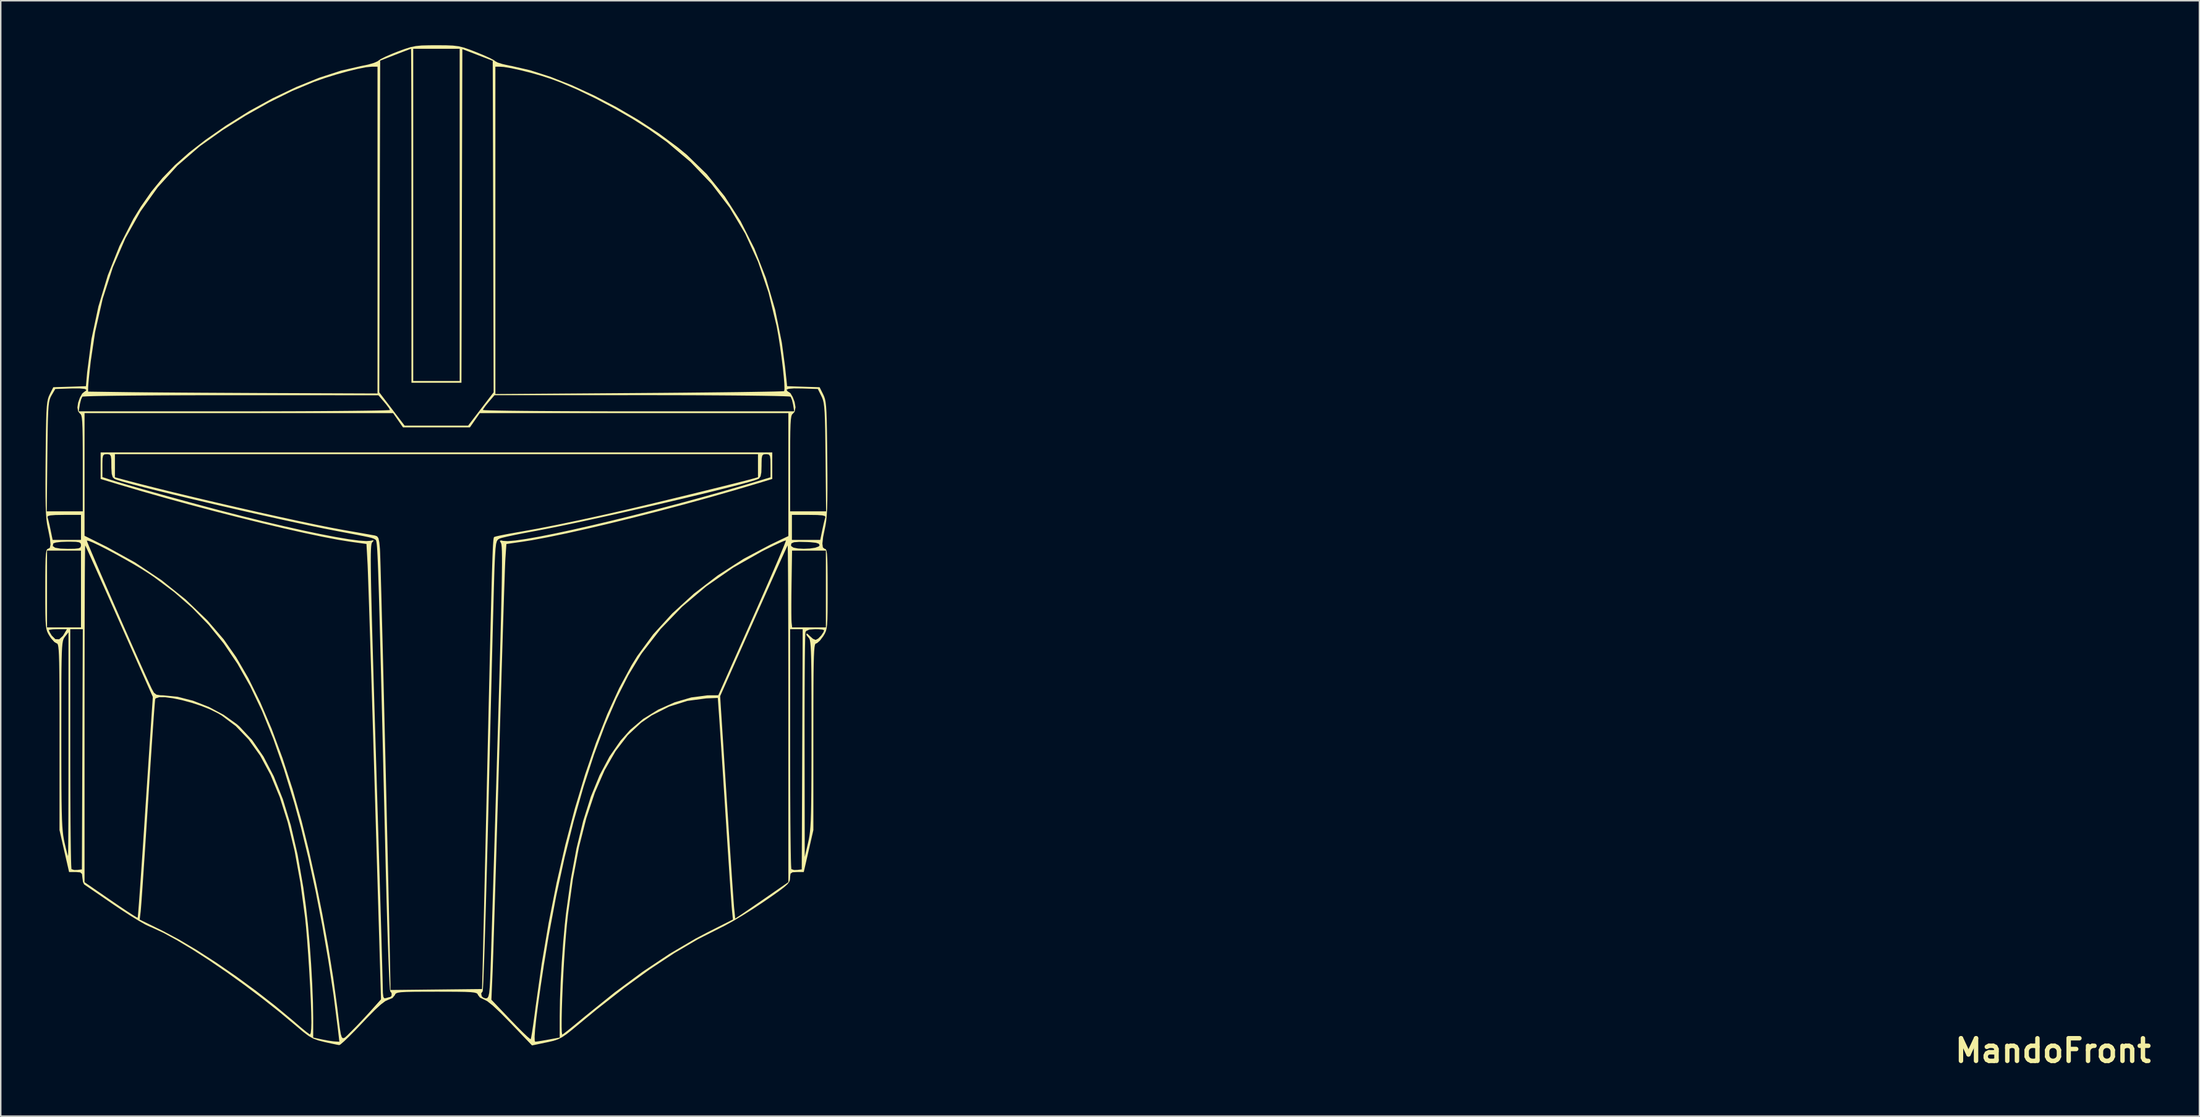
<source format=kicad_pcb>
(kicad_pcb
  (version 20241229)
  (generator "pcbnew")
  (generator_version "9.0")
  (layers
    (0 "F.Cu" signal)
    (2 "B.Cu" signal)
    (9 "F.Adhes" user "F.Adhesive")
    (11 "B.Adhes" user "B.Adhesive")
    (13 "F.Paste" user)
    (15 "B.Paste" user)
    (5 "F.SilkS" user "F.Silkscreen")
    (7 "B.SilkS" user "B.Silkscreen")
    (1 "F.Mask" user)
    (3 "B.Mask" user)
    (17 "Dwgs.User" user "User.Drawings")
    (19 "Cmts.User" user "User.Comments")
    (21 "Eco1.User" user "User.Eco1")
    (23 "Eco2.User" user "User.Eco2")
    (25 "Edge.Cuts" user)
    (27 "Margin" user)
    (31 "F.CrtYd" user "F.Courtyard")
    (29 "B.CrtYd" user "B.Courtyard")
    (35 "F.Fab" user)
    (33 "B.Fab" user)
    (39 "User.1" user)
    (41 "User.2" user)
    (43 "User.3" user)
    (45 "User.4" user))
  (footprint "MandoFront"
    (layer "F.Cu")
    (at 135.306 67.773)
    (property "Reference" "MandoFront" (at 0 0 0) (layer "F.SilkS") (effects (font (size 1.524 1.524) (thickness 0.3))))
    (attr board_only exclude_from_pos_files exclude_from_bom)
    (fp_poly (pts (xy -108.301 -67.77) (xy -107.832 -67.751) (xy -107.457 -67.705) (xy -107.104 -67.618) (xy -106.7 -67.479) (xy -106.25 -67.304) (xy -105.751 -67.098) (xy -105.337 -66.909) (xy -105.059 -66.761) (xy -104.972 -66.692) (xy -104.819 -66.607) (xy -104.489 -66.505) (xy -104.044 -66.405) (xy -103.873 -66.374) (xy -102.631 -66.089) (xy -101.264 -65.649) (xy -99.811 -65.074) (xy -98.315 -64.385) (xy -96.813 -63.602) (xy -95.348 -62.746) (xy -93.958 -61.836) (xy -92.684 -60.894) (xy -92.07 -60.389) (xy -90.727 -59.083) (xy -89.516 -57.584) (xy -88.443 -55.909) (xy -87.515 -54.07) (xy -86.739 -52.081) (xy -86.12 -49.957) (xy -85.665 -47.711) (xy -85.455 -46.14) (xy -85.31 -44.79) (xy -84.216 -44.755) (xy -83.122 -44.721) (xy -82.881 -44.239) (xy -82.814 -44.09) (xy -82.76 -43.923) (xy -82.717 -43.71) (xy -82.685 -43.422) (xy -82.66 -43.033) (xy -82.641 -42.513) (xy -82.627 -41.836) (xy -82.615 -40.974) (xy -82.604 -39.921) (xy -82.595 -38.79) (xy -82.594 -37.869) (xy -82.6 -37.131) (xy -82.615 -36.545) (xy -82.64 -36.083) (xy -82.676 -35.714) (xy -82.724 -35.41) (xy -82.754 -35.263) (xy -82.885 -34.62) (xy -82.934 -34.181) (xy -82.902 -33.925) (xy -82.789 -33.829) (xy -82.761 -33.827) (xy -82.702 -33.798) (xy -82.657 -33.695) (xy -82.624 -33.489) (xy -82.602 -33.153) (xy -82.589 -32.658) (xy -82.582 -31.978) (xy -82.58 -31.116) (xy -82.581 -30.24) (xy -82.585 -29.571) (xy -82.596 -29.073) (xy -82.617 -28.712) (xy -82.651 -28.454) (xy -82.702 -28.264) (xy -82.773 -28.108) (xy -82.867 -27.95) (xy -82.883 -27.926) (xy -83.098 -27.641) (xy -83.295 -27.469) (xy -83.364 -27.446) (xy -83.404 -27.423) (xy -83.438 -27.339) (xy -83.466 -27.178) (xy -83.488 -26.92) (xy -83.506 -26.546) (xy -83.52 -26.039) (xy -83.53 -25.38) (xy -83.536 -24.551) (xy -83.54 -23.533) (xy -83.542 -22.307) (xy -83.543 -21.157) (xy -83.542 -14.867) (xy -83.866 -13.452) (xy -84.19 -12.038) (xy -84.649 -12.038) (xy -84.948 -12.022) (xy -85.078 -11.936) (xy -85.11 -11.717) (xy -85.111 -11.647) (xy -85.124 -11.499) (xy -85.177 -11.361) (xy -85.297 -11.209) (xy -85.513 -11.017) (xy -85.85 -10.761) (xy -86.336 -10.416) (xy -86.903 -10.024) (xy -87.579 -9.574) (xy -88.287 -9.129) (xy -88.964 -8.726) (xy -89.547 -8.405) (xy -89.83 -8.264) (xy -91.325 -7.507) (xy -92.892 -6.587) (xy -94.544 -5.497) (xy -96.293 -4.227) (xy -98.153 -2.768) (xy -99.253 -1.861) (xy -99.779 -1.424) (xy -100.172 -1.114) (xy -100.48 -0.903) (xy -100.754 -0.763) (xy -101.042 -0.665) (xy -101.395 -0.582) (xy -101.54 -0.552) (xy -102.503 -0.351) (xy -103.947 -1.859) (xy -104.614 -2.537) (xy -105.135 -3.027) (xy -105.514 -3.33) (xy -105.739 -3.446) (xy -106.01 -3.574) (xy -106.144 -3.749) (xy -106.176 -3.821) (xy -106.222 -3.855) (xy -105.929 -3.855) (xy -105.889 -3.665) (xy -105.783 -3.571) (xy -105.633 -3.523) (xy -105.523 -3.538) (xy -105.445 -3.649) (xy -105.39 -3.884) (xy -105.352 -4.274) (xy -105.322 -4.851) (xy -105.299 -5.447) (xy -105.286 -5.833) (xy -105.266 -6.442) (xy -105.241 -7.254) (xy -105.21 -8.251) (xy -105.174 -9.414) (xy -105.133 -10.726) (xy -105.089 -12.168) (xy -105.042 -13.721) (xy -104.992 -15.366) (xy -104.941 -17.086) (xy -104.887 -18.861) (xy -104.833 -20.674) (xy -104.833 -20.68) (xy -104.769 -22.828) (xy -104.714 -24.746) (xy -104.666 -26.448) (xy -104.625 -27.944) (xy -104.592 -29.247) (xy -104.566 -30.368) (xy -104.546 -31.318) (xy -104.534 -32.11) (xy -104.527 -32.755) (xy -104.527 -33.266) (xy -104.533 -33.653) (xy -104.545 -33.928) (xy -104.562 -34.104) (xy -104.584 -34.191) (xy -104.586 -34.195) (xy -104.672 -34.365) (xy -104.585 -34.393) (xy -104.447 -34.362) (xy -104.134 -34.345) (xy -103.61 -34.39) (xy -102.894 -34.494) (xy -102.008 -34.651) (xy -100.972 -34.856) (xy -99.804 -35.106) (xy -98.526 -35.395) (xy -97.158 -35.719) (xy -95.719 -36.073) (xy -94.23 -36.452) (xy -92.711 -36.852) (xy -91.181 -37.267) (xy -89.661 -37.693) (xy -88.172 -38.126) (xy -87.425 -38.349) (xy -86.432 -38.649) (xy -86.432 -39.428) (xy -86.438 -39.847) (xy -86.468 -40.081) (xy -86.544 -40.182) (xy -86.686 -40.206) (xy -86.733 -40.207) (xy -86.895 -40.193) (xy -86.985 -40.115) (xy -87.025 -39.919) (xy -87.034 -39.549) (xy -87.034 -39.428) (xy -87.048 -38.977) (xy -87.1 -38.709) (xy -87.202 -38.566) (xy -87.245 -38.539) (xy -87.477 -38.452) (xy -87.919 -38.32) (xy -88.547 -38.149) (xy -89.336 -37.946) (xy -90.26 -37.715) (xy -91.295 -37.462) (xy -92.416 -37.194) (xy -93.598 -36.916) (xy -94.815 -36.633) (xy -96.044 -36.353) (xy -97.258 -36.08) (xy -98.434 -35.821) (xy -99.545 -35.581) (xy -100.568 -35.366) (xy -101.478 -35.182) (xy -102.248 -35.034) (xy -102.322 -35.021) (xy -103.023 -34.89) (xy -103.655 -34.764) (xy -104.174 -34.653) (xy -104.537 -34.566) (xy -104.688 -34.519) (xy -104.795 -34.454) (xy -104.871 -34.345) (xy -104.924 -34.151) (xy -104.963 -33.831) (xy -104.994 -33.344) (xy -105.02 -32.819) (xy -105.033 -32.488) (xy -105.05 -31.933) (xy -105.072 -31.173) (xy -105.098 -30.226) (xy -105.128 -29.107) (xy -105.161 -27.836) (xy -105.197 -26.43) (xy -105.235 -24.907) (xy -105.275 -23.283) (xy -105.317 -21.577) (xy -105.359 -19.807) (xy -105.402 -17.989) (xy -105.41 -17.636) (xy -105.453 -15.847) (xy -105.496 -14.126) (xy -105.538 -12.489) (xy -105.58 -10.95) (xy -105.62 -9.525) (xy -105.659 -8.228) (xy -105.695 -7.076) (xy -105.728 -6.083) (xy -105.759 -5.265) (xy -105.785 -4.636) (xy -105.808 -4.212) (xy -105.826 -4.009) (xy -105.831 -3.993) (xy -105.929 -3.855) (xy -106.222 -3.855) (xy -106.25 -3.875) (xy -106.395 -3.915) (xy -106.641 -3.942) (xy -107.017 -3.959) (xy -107.554 -3.968) (xy -108.279 -3.972) (xy -108.943 -3.973) (xy -109.825 -3.971) (xy -110.496 -3.967) (xy -110.985 -3.956) (xy -111.322 -3.937) (xy -111.538 -3.907) (xy -111.661 -3.863) (xy -111.721 -3.804) (xy -111.743 -3.745) (xy -111.904 -3.547) (xy -112.174 -3.435) (xy -112.387 -3.339) (xy -112.683 -3.116) (xy -113.082 -2.75) (xy -113.602 -2.223) (xy -113.949 -1.857) (xy -114.419 -1.365) (xy -114.838 -0.943) (xy -115.177 -0.619) (xy -115.406 -0.421) (xy -115.489 -0.373) (xy -115.666 -0.404) (xy -116.008 -0.475) (xy -116.444 -0.571) (xy -116.498 -0.583) (xy -116.912 -0.689) (xy -117.242 -0.811) (xy -117.553 -0.987) (xy -117.911 -1.255) (xy -118.364 -1.636) (xy -119.487 -2.575) (xy -120.666 -3.508) (xy -121.872 -4.418) (xy -123.078 -5.284) (xy -124.255 -6.088) (xy -125.375 -6.81) (xy -126.409 -7.431) (xy -127.329 -7.933) (xy -128.108 -8.295) (xy -128.273 -8.361) (xy -128.565 -8.501) (xy -129.008 -8.754) (xy -129.138 -8.834) (xy -128.942 -8.834) (xy -127.418 -8.088) (xy -126.316 -7.503) (xy -125.089 -6.774) (xy -123.782 -5.932) (xy -122.436 -5.005) (xy -121.095 -4.023) (xy -119.803 -3.016) (xy -118.6 -2.014) (xy -118.453 -1.886) (xy -118.063 -1.551) (xy -117.738 -1.285) (xy -117.522 -1.123) (xy -117.46 -1.089) (xy -117.415 -1.196) (xy -117.383 -1.482) (xy -117.371 -1.886) (xy -117.371 -1.896) (xy -117.382 -2.562) (xy -117.413 -3.408) (xy -117.459 -4.377) (xy -117.517 -5.409) (xy -117.584 -6.445) (xy -117.655 -7.427) (xy -117.728 -8.296) (xy -117.796 -8.968) (xy -118.114 -11.331) (xy -118.503 -13.469) (xy -118.966 -15.387) (xy -119.505 -17.091) (xy -120.122 -18.586) (xy -120.819 -19.878) (xy -121.6 -20.972) (xy -122.465 -21.874) (xy -123.418 -22.59) (xy -123.652 -22.73) (xy -124.178 -22.992) (xy -124.787 -23.235) (xy -125.436 -23.449) (xy -126.085 -23.624) (xy -126.692 -23.751) (xy -127.217 -23.821) (xy -127.619 -23.825) (xy -127.855 -23.752) (xy -127.895 -23.697) (xy -127.912 -23.549) (xy -127.943 -23.184) (xy -127.985 -22.622) (xy -128.038 -21.887) (xy -128.099 -20.999) (xy -128.168 -19.981) (xy -128.242 -18.855) (xy -128.32 -17.644) (xy -128.378 -16.733) (xy -128.459 -15.459) (xy -128.538 -14.243) (xy -128.612 -13.109) (xy -128.681 -12.081) (xy -128.741 -11.183) (xy -128.793 -10.438) (xy -128.835 -9.871) (xy -128.864 -9.504) (xy -128.875 -9.383) (xy -128.942 -8.834) (xy -129.138 -8.834) (xy -129.559 -9.092) (xy -130.172 -9.488) (xy -130.725 -9.86) (xy -131.316 -10.266) (xy -131.842 -10.626) (xy -132.267 -10.918) (xy -132.561 -11.119) (xy -132.688 -11.207) (xy -132.759 -11.355) (xy -132.658 -11.355) (xy -130.888 -10.136) (xy -130.318 -9.747) (xy -129.82 -9.413) (xy -129.426 -9.157) (xy -129.168 -8.998) (xy -129.079 -8.956) (xy -129.063 -9.08) (xy -129.033 -9.421) (xy -128.992 -9.953) (xy -128.941 -10.653) (xy -128.881 -11.497) (xy -128.814 -12.459) (xy -128.742 -13.517) (xy -128.684 -14.399) (xy -128.605 -15.607) (xy -128.525 -16.818) (xy -128.447 -17.993) (xy -128.374 -19.096) (xy -128.309 -20.088) (xy -128.253 -20.932) (xy -128.209 -21.591) (xy -128.194 -21.823) (xy -128.058 -23.843) (xy -130.313 -28.925) (xy -130.773 -29.961) (xy -131.203 -30.929) (xy -131.594 -31.805) (xy -131.936 -32.569) (xy -132.219 -33.198) (xy -132.432 -33.671) (xy -132.567 -33.964) (xy -132.612 -34.057) (xy -132.619 -33.947) (xy -132.625 -33.612) (xy -132.631 -33.07) (xy -132.637 -32.336) (xy -132.642 -31.428) (xy -132.646 -30.361) (xy -132.65 -29.152) (xy -132.653 -27.818) (xy -132.655 -26.375) (xy -132.657 -24.839) (xy -132.658 -23.228) (xy -132.658 -22.731) (xy -132.658 -11.355) (xy -132.759 -11.355) (xy -132.765 -11.367) (xy -132.804 -11.652) (xy -132.804 -11.658) (xy -132.832 -11.909) (xy -132.946 -12.015) (xy -133.218 -12.038) (xy -133.258 -12.038) (xy -133.701 -12.038) (xy -134.024 -13.452) (xy -134.346 -14.867) (xy -134.345 -21.157) (xy -134.345 -21.288) (xy -134.223 -21.288) (xy -134.222 -19.865) (xy -134.219 -18.66) (xy -134.214 -17.651) (xy -134.206 -16.817) (xy -134.194 -16.136) (xy -134.177 -15.585) (xy -134.155 -15.142) (xy -134.127 -14.786) (xy -134.093 -14.493) (xy -134.052 -14.242) (xy -134.013 -14.054) (xy -133.912 -13.619) (xy -133.829 -13.293) (xy -133.779 -13.13) (xy -133.772 -13.121) (xy -133.767 -13.238) (xy -133.762 -13.576) (xy -133.757 -14.113) (xy -133.753 -14.83) (xy -133.749 -15.707) (xy -133.746 -16.722) (xy -133.743 -17.856) (xy -133.742 -19.088) (xy -133.741 -20.364) (xy -133.621 -20.364) (xy -133.62 -18.994) (xy -133.616 -17.695) (xy -133.61 -16.486) (xy -133.603 -15.389) (xy -133.593 -14.423) (xy -133.582 -13.608) (xy -133.57 -12.964) (xy -133.557 -12.511) (xy -133.542 -12.269) (xy -133.535 -12.233) (xy -133.362 -12.18) (xy -133.144 -12.183) (xy -132.838 -12.218) (xy -132.807 -20.314) (xy -132.777 -28.409) (xy -133.621 -28.409) (xy -133.621 -20.364) (xy -133.741 -20.364) (xy -133.741 -20.398) (xy -133.741 -20.661) (xy -133.741 -28.201) (xy -133.982 -27.895) (xy -134.035 -27.821) (xy -134.08 -27.73) (xy -134.117 -27.604) (xy -134.147 -27.421) (xy -134.171 -27.162) (xy -134.189 -26.807) (xy -134.202 -26.334) (xy -134.212 -25.725) (xy -134.218 -24.959) (xy -134.221 -24.016) (xy -134.222 -22.876) (xy -134.223 -21.518) (xy -134.223 -21.288) (xy -134.345 -21.288) (xy -134.345 -22.563) (xy -134.347 -23.747) (xy -134.351 -24.727) (xy -134.359 -25.522) (xy -134.369 -26.149) (xy -134.383 -26.629) (xy -134.402 -26.978) (xy -134.426 -27.216) (xy -134.455 -27.361) (xy -134.489 -27.431) (xy -134.522 -27.446) (xy -134.688 -27.541) (xy -134.903 -27.78) (xy -135.004 -27.926) (xy -135.101 -28.086) (xy -135.175 -28.241) (xy -135.206 -28.345) (xy -135.065 -28.345) (xy -135.006 -28.208) (xy -134.871 -27.984) (xy -134.623 -27.736) (xy -134.369 -27.728) (xy -134.12 -27.957) (xy -134.061 -28.048) (xy -133.848 -28.409) (xy -134.457 -28.409) (xy -134.802 -28.398) (xy -135.023 -28.369) (xy -135.065 -28.345) (xy -135.206 -28.345) (xy -135.229 -28.424) (xy -135.245 -28.53) (xy -135.186 -28.53) (xy -132.899 -28.53) (xy -132.899 -33.706) (xy -135.186 -33.706) (xy -135.186 -28.53) (xy -135.245 -28.53) (xy -135.265 -28.67) (xy -135.288 -29.014) (xy -135.3 -29.49) (xy -135.305 -30.132) (xy -135.306 -30.976) (xy -135.306 -31.116) (xy -135.304 -32.003) (xy -135.297 -32.677) (xy -135.284 -33.166) (xy -135.261 -33.498) (xy -135.228 -33.7) (xy -135.183 -33.8) (xy -135.126 -33.827) (xy -134.998 -33.894) (xy -134.973 -34.016) (xy -134.799 -34.016) (xy -134.643 -33.903) (xy -134.279 -33.842) (xy -133.794 -33.827) (xy -133.335 -33.832) (xy -133.066 -33.859) (xy -132.938 -33.919) (xy -132.9 -34.027) (xy -132.899 -34.067) (xy -132.92 -34.191) (xy -133.018 -34.263) (xy -133.242 -34.298) (xy -133.643 -34.308) (xy -133.794 -34.308) (xy -134.237 -34.293) (xy -134.58 -34.253) (xy -134.757 -34.197) (xy -134.764 -34.188) (xy -134.799 -34.016) (xy -134.973 -34.016) (xy -134.952 -34.113) (xy -134.977 -34.383) (xy -132.503 -34.383) (xy -132.465 -34.268) (xy -132.34 -33.961) (xy -132.14 -33.486) (xy -131.878 -32.872) (xy -131.564 -32.143) (xy -131.21 -31.327) (xy -130.828 -30.451) (xy -130.429 -29.54) (xy -130.026 -28.621) (xy -129.628 -27.722) (xy -129.25 -26.868) (xy -128.9 -26.086) (xy -128.593 -25.402) (xy -128.339 -24.844) (xy -128.149 -24.437) (xy -128.135 -24.407) (xy -127.981 -24.127) (xy -127.813 -23.996) (xy -127.538 -23.956) (xy -127.369 -23.953) (xy -126.391 -23.855) (xy -125.341 -23.586) (xy -124.284 -23.172) (xy -123.284 -22.639) (xy -122.407 -22.015) (xy -122.221 -21.854) (xy -121.368 -20.941) (xy -120.596 -19.821) (xy -119.904 -18.49) (xy -119.291 -16.945) (xy -118.756 -15.183) (xy -118.298 -13.201) (xy -117.914 -10.994) (xy -117.736 -9.691) (xy -117.607 -8.525) (xy -117.49 -7.222) (xy -117.391 -5.858) (xy -117.315 -4.506) (xy -117.266 -3.244) (xy -117.249 -2.174) (xy -117.249 -0.883) (xy -116.677 -0.759) (xy -116.265 -0.68) (xy -115.901 -0.628) (xy -115.796 -0.618) (xy -115.487 -0.602) (xy -115.587 -1.475) (xy -115.875 -3.736) (xy -116.227 -6.067) (xy -116.633 -8.416) (xy -117.082 -10.729) (xy -117.565 -12.954) (xy -118.071 -15.036) (xy -118.517 -16.673) (xy -119.217 -18.955) (xy -119.937 -21.017) (xy -120.691 -22.877) (xy -121.491 -24.556) (xy -122.349 -26.071) (xy -123.277 -27.444) (xy -124.289 -28.694) (xy -125.396 -29.84) (xy -126.61 -30.902) (xy -127.945 -31.899) (xy -128.324 -32.157) (xy -128.791 -32.455) (xy -129.343 -32.786) (xy -129.944 -33.131) (xy -130.557 -33.47) (xy -131.145 -33.783) (xy -131.671 -34.05) (xy -132.098 -34.251) (xy -132.388 -34.367) (xy -132.503 -34.383) (xy -134.977 -34.383) (xy -134.988 -34.507) (xy -135.105 -35.1) (xy -135.132 -35.218) (xy -135.186 -35.493) (xy -135.228 -35.817) (xy -135.238 -35.96) (xy -135.153 -35.96) (xy -135.097 -35.764) (xy -135.015 -35.418) (xy -134.951 -35.118) (xy -134.808 -34.428) (xy -132.899 -34.428) (xy -132.899 -34.706) (xy -132.658 -34.706) (xy -131.155 -33.958) (xy -129.26 -32.911) (xy -127.479 -31.721) (xy -125.844 -30.412) (xy -124.386 -29.01) (xy -123.281 -27.726) (xy -122.443 -26.529) (xy -121.619 -25.111) (xy -120.818 -23.49) (xy -120.047 -21.686) (xy -119.316 -19.717) (xy -118.631 -17.603) (xy -118.029 -15.469) (xy -117.55 -13.532) (xy -117.083 -11.432) (xy -116.642 -9.244) (xy -116.244 -7.047) (xy -115.901 -4.917) (xy -115.63 -2.93) (xy -115.625 -2.889) (xy -115.529 -2.095) (xy -115.456 -1.515) (xy -115.392 -1.126) (xy -115.324 -0.906) (xy -115.237 -0.831) (xy -115.12 -0.878) (xy -114.958 -1.022) (xy -114.739 -1.242) (xy -114.705 -1.275) (xy -114.323 -1.661) (xy -113.873 -2.135) (xy -113.443 -2.602) (xy -113.39 -2.661) (xy -112.68 -3.457) (xy -113.097 -17.468) (xy -113.152 -19.313) (xy -113.207 -21.111) (xy -113.26 -22.843) (xy -113.31 -24.494) (xy -113.359 -26.045) (xy -113.404 -27.482) (xy -113.446 -28.785) (xy -113.484 -29.94) (xy -113.517 -30.928) (xy -113.545 -31.733) (xy -113.567 -32.337) (xy -113.582 -32.725) (xy -113.587 -32.817) (xy -113.66 -34.154) (xy -114.702 -34.298) (xy -115.561 -34.436) (xy -116.619 -34.638) (xy -117.849 -34.897) (xy -119.22 -35.206) (xy -120.704 -35.558) (xy -122.269 -35.945) (xy -123.888 -36.359) (xy -125.531 -36.795) (xy -127.168 -37.243) (xy -128.769 -37.698) (xy -130.306 -38.151) (xy -130.581 -38.234) (xy -131.574 -38.536) (xy -131.574 -38.661) (xy -131.454 -38.661) (xy -130.882 -38.476) (xy -130.393 -38.325) (xy -129.712 -38.124) (xy -128.878 -37.884) (xy -127.932 -37.616) (xy -126.914 -37.332) (xy -125.864 -37.044) (xy -124.824 -36.761) (xy -123.832 -36.496) (xy -123.569 -36.427) (xy -122.057 -36.038) (xy -120.602 -35.679) (xy -119.223 -35.354) (xy -117.942 -35.067) (xy -116.776 -34.823) (xy -115.746 -34.625) (xy -114.872 -34.477) (xy -114.174 -34.384) (xy -113.67 -34.349) (xy -113.406 -34.368) (xy -113.199 -34.407) (xy -113.193 -34.352) (xy -113.277 -34.26) (xy -113.304 -34.213) (xy -113.326 -34.122) (xy -113.344 -33.975) (xy -113.357 -33.76) (xy -113.366 -33.463) (xy -113.369 -33.072) (xy -113.366 -32.575) (xy -113.358 -31.959) (xy -113.344 -31.212) (xy -113.324 -30.321) (xy -113.298 -29.274) (xy -113.265 -28.057) (xy -113.225 -26.659) (xy -113.179 -25.067) (xy -113.125 -23.269) (xy -113.063 -21.251) (xy -113.014 -19.656) (xy -112.957 -17.795) (xy -112.902 -15.989) (xy -112.85 -14.254) (xy -112.8 -12.606) (xy -112.754 -11.061) (xy -112.711 -9.636) (xy -112.673 -8.345) (xy -112.64 -7.205) (xy -112.612 -6.231) (xy -112.59 -5.441) (xy -112.574 -4.849) (xy -112.565 -4.471) (xy -112.563 -4.351) (xy -112.552 -3.895) (xy -112.521 -3.636) (xy -112.462 -3.532) (xy -112.364 -3.538) (xy -112.135 -3.603) (xy -112.063 -3.611) (xy -111.968 -3.7) (xy -111.966 -3.873) (xy -112.058 -3.993) (xy -112.078 -4.117) (xy -112.103 -4.462) (xy -112.131 -5.009) (xy -112.163 -5.739) (xy -112.196 -6.632) (xy -112.232 -7.668) (xy -112.268 -8.83) (xy -112.304 -10.096) (xy -112.34 -11.448) (xy -112.366 -12.459) (xy -112.43 -15.152) (xy -112.49 -17.614) (xy -112.544 -19.856) (xy -112.593 -21.888) (xy -112.638 -23.721) (xy -112.679 -25.365) (xy -112.716 -26.831) (xy -112.75 -28.128) (xy -112.78 -29.268) (xy -112.808 -30.26) (xy -112.833 -31.115) (xy -112.856 -31.843) (xy -112.877 -32.455) (xy -112.897 -32.96) (xy -112.915 -33.37) (xy -112.932 -33.695) (xy -112.949 -33.945) (xy -112.966 -34.13) (xy -112.983 -34.26) (xy -113 -34.347) (xy -113.018 -34.4) (xy -113.037 -34.43) (xy -113.058 -34.447) (xy -113.059 -34.448) (xy -113.127 -34.491) (xy -113.208 -34.528) (xy -113.333 -34.568) (xy -113.536 -34.616) (xy -113.848 -34.681) (xy -114.302 -34.77) (xy -114.931 -34.89) (xy -115.684 -35.032) (xy -116.485 -35.188) (xy -117.418 -35.38) (xy -118.461 -35.602) (xy -119.587 -35.847) (xy -120.773 -36.111) (xy -121.993 -36.386) (xy -123.223 -36.669) (xy -124.438 -36.952) (xy -125.614 -37.23) (xy -126.725 -37.496) (xy -127.746 -37.747) (xy -128.654 -37.974) (xy -129.423 -38.174) (xy -130.029 -38.339) (xy -130.447 -38.464) (xy -130.641 -38.538) (xy -130.758 -38.651) (xy -130.611 -38.651) (xy -130.1 -38.512) (xy -129.104 -38.248) (xy -127.944 -37.953) (xy -126.657 -37.635) (xy -125.279 -37.303) (xy -123.845 -36.964) (xy -122.39 -36.627) (xy -120.952 -36.3) (xy -119.565 -35.992) (xy -118.266 -35.71) (xy -117.09 -35.462) (xy -116.073 -35.258) (xy -115.251 -35.105) (xy -115.203 -35.096) (xy -114.542 -34.981) (xy -113.95 -34.877) (xy -113.473 -34.793) (xy -113.16 -34.737) (xy -113.076 -34.721) (xy -112.938 -34.668) (xy -112.851 -34.539) (xy -112.795 -34.28) (xy -112.752 -33.839) (xy -112.749 -33.797) (xy -112.74 -33.594) (xy -112.726 -33.168) (xy -112.707 -32.539) (xy -112.684 -31.724) (xy -112.657 -30.743) (xy -112.628 -29.613) (xy -112.595 -28.354) (xy -112.56 -26.982) (xy -112.524 -25.518) (xy -112.486 -23.98) (xy -112.447 -22.385) (xy -112.407 -20.752) (xy -112.367 -19.101) (xy -112.328 -17.449) (xy -112.29 -15.814) (xy -112.252 -14.216) (xy -112.217 -12.672) (xy -112.184 -11.202) (xy -112.153 -9.823) (xy -112.125 -8.554) (xy -112.101 -7.414) (xy -112.08 -6.42) (xy -112.064 -5.592) (xy -112.055 -5.084) (xy -112.039 -4.089) (xy -108.956 -4.121) (xy -105.873 -4.153) (xy -105.844 -5.116) (xy -105.838 -5.366) (xy -105.826 -5.839) (xy -105.81 -6.519) (xy -105.789 -7.389) (xy -105.764 -8.431) (xy -105.736 -9.63) (xy -105.705 -10.967) (xy -105.672 -12.426) (xy -105.635 -13.99) (xy -105.597 -15.642) (xy -105.558 -17.365) (xy -105.517 -19.142) (xy -105.516 -19.2) (xy -105.465 -21.442) (xy -105.419 -23.455) (xy -105.377 -25.252) (xy -105.34 -26.845) (xy -105.306 -28.246) (xy -105.276 -29.468) (xy -105.249 -30.523) (xy -105.225 -31.424) (xy -105.204 -32.182) (xy -105.184 -32.81) (xy -105.166 -33.32) (xy -105.15 -33.724) (xy -105.134 -34.035) (xy -105.119 -34.266) (xy -105.104 -34.427) (xy -105.089 -34.532) (xy -105.074 -34.593) (xy -105.057 -34.622) (xy -105.057 -34.623) (xy -104.92 -34.666) (xy -104.59 -34.739) (xy -104.113 -34.832) (xy -103.532 -34.936) (xy -103.325 -34.972) (xy -102.146 -35.184) (xy -100.772 -35.455) (xy -99.242 -35.774) (xy -97.594 -36.136) (xy -95.864 -36.531) (xy -95.581 -36.598) (xy -94.874 -36.765) (xy -94.054 -36.961) (xy -93.158 -37.178) (xy -92.221 -37.405) (xy -91.282 -37.635) (xy -90.377 -37.858) (xy -89.543 -38.064) (xy -88.816 -38.246) (xy -88.234 -38.393) (xy -87.833 -38.497) (xy -87.726 -38.526) (xy -87.275 -38.653) (xy -87.275 -40.207) (xy -130.611 -40.207) (xy -130.611 -38.651) (xy -130.758 -38.651) (xy -130.762 -38.654) (xy -130.827 -38.879) (xy -130.851 -39.269) (xy -130.852 -39.428) (xy -130.857 -39.848) (xy -130.888 -40.081) (xy -130.964 -40.182) (xy -131.106 -40.206) (xy -131.153 -40.207) (xy -131.316 -40.193) (xy -131.406 -40.114) (xy -131.445 -39.917) (xy -131.454 -39.546) (xy -131.454 -39.434) (xy -131.454 -38.661) (xy -131.574 -38.661) (xy -131.574 -40.327) (xy -86.312 -40.327) (xy -86.312 -38.536) (xy -87.305 -38.234) (xy -88.893 -37.763) (xy -90.546 -37.291) (xy -92.234 -36.826) (xy -93.927 -36.377) (xy -95.595 -35.95) (xy -97.207 -35.552) (xy -98.734 -35.192) (xy -100.144 -34.877) (xy -101.409 -34.614) (xy -102.497 -34.41) (xy -103.186 -34.301) (xy -104.23 -34.152) (xy -104.296 -33.177) (xy -104.309 -32.923) (xy -104.328 -32.446) (xy -104.352 -31.764) (xy -104.382 -30.892) (xy -104.416 -29.849) (xy -104.454 -28.653) (xy -104.495 -27.319) (xy -104.54 -25.866) (xy -104.587 -24.311) (xy -104.635 -22.672) (xy -104.685 -20.965) (xy -104.727 -19.501) (xy -104.778 -17.734) (xy -104.829 -16.007) (xy -104.878 -14.339) (xy -104.925 -12.749) (xy -104.97 -11.256) (xy -105.011 -9.878) (xy -105.05 -8.633) (xy -105.084 -7.541) (xy -105.113 -6.62) (xy -105.138 -5.888) (xy -105.156 -5.364) (xy -105.166 -5.116) (xy -105.24 -3.431) (xy -103.946 -2.072) (xy -103.5 -1.611) (xy -103.113 -1.225) (xy -102.814 -0.942) (xy -102.632 -0.791) (xy -102.591 -0.774) (xy -102.557 -0.908) (xy -102.551 -0.945) (xy -102.328 -0.945) (xy -102.319 -0.662) (xy -102.286 -0.602) (xy -102.114 -0.622) (xy -101.781 -0.676) (xy -101.403 -0.743) (xy -100.637 -0.884) (xy -100.637 -1.604) (xy -100.507 -1.604) (xy -100.495 -1.245) (xy -100.467 -1.088) (xy -100.46 -1.083) (xy -100.353 -1.157) (xy -100.094 -1.359) (xy -99.716 -1.664) (xy -99.251 -2.047) (xy -98.925 -2.318) (xy -96.938 -3.919) (xy -95.048 -5.316) (xy -93.241 -6.52) (xy -91.502 -7.541) (xy -90.678 -7.974) (xy -88.964 -8.839) (xy -89.026 -9.445) (xy -89.046 -9.688) (xy -89.079 -10.144) (xy -89.124 -10.786) (xy -89.179 -11.589) (xy -89.241 -12.523) (xy -89.31 -13.564) (xy -89.383 -14.683) (xy -89.449 -15.709) (xy -89.525 -16.903) (xy -89.6 -18.063) (xy -89.671 -19.16) (xy -89.736 -20.162) (xy -89.794 -21.04) (xy -89.842 -21.763) (xy -89.878 -22.3) (xy -89.897 -22.571) (xy -89.983 -23.775) (xy -90.766 -23.744) (xy -92.029 -23.577) (xy -93.27 -23.187) (xy -94.446 -22.59) (xy -95.15 -22.102) (xy -96.049 -21.26) (xy -96.869 -20.193) (xy -97.609 -18.902) (xy -98.268 -17.391) (xy -98.845 -15.662) (xy -99.339 -13.716) (xy -99.75 -11.557) (xy -100.077 -9.187) (xy -100.153 -8.487) (xy -100.217 -7.789) (xy -100.279 -6.998) (xy -100.336 -6.147) (xy -100.387 -5.269) (xy -100.431 -4.395) (xy -100.466 -3.559) (xy -100.492 -2.793) (xy -100.506 -2.13) (xy -100.507 -1.604) (xy -100.637 -1.604) (xy -100.636 -2.338) (xy -100.619 -3.417) (xy -100.571 -4.654) (xy -100.497 -5.967) (xy -100.403 -7.276) (xy -100.293 -8.501) (xy -100.209 -9.269) (xy -99.889 -11.56) (xy -99.506 -13.627) (xy -99.057 -15.477) (xy -98.54 -17.12) (xy -97.95 -18.563) (xy -97.286 -19.817) (xy -96.544 -20.888) (xy -95.893 -21.619) (xy -95.017 -22.359) (xy -93.998 -22.987) (xy -92.897 -23.478) (xy -91.772 -23.808) (xy -91.101 -23.895) (xy -89.825 -23.895) (xy -89.388 -17.094) (xy -89.305 -15.814) (xy -89.225 -14.588) (xy -89.149 -13.441) (xy -89.079 -12.396) (xy -89.017 -11.479) (xy -88.964 -10.713) (xy -88.921 -10.122) (xy -88.892 -9.732) (xy -88.88 -9.598) (xy -88.808 -8.904) (xy -88.486 -9.117) (xy -88.272 -9.261) (xy -87.906 -9.511) (xy -87.433 -9.836) (xy -86.897 -10.205) (xy -86.696 -10.344) (xy -85.228 -11.359) (xy -85.228 -20.364) (xy -85.108 -20.364) (xy -85.107 -18.994) (xy -85.103 -17.695) (xy -85.097 -16.486) (xy -85.09 -15.389) (xy -85.08 -14.423) (xy -85.069 -13.608) (xy -85.057 -12.964) (xy -85.044 -12.511) (xy -85.029 -12.269) (xy -85.022 -12.233) (xy -84.849 -12.18) (xy -84.631 -12.183) (xy -84.326 -12.218) (xy -84.295 -20.314) (xy -84.288 -22.044) (xy -84.135 -22.044) (xy -84.134 -20.727) (xy -84.134 -20.545) (xy -84.123 -13.061) (xy -83.897 -14.024) (xy -83.847 -14.256) (xy -83.804 -14.499) (xy -83.769 -14.776) (xy -83.741 -15.109) (xy -83.718 -15.521) (xy -83.701 -16.034) (xy -83.688 -16.67) (xy -83.679 -17.451) (xy -83.673 -18.4) (xy -83.669 -19.538) (xy -83.668 -20.888) (xy -83.667 -21.322) (xy -83.667 -22.739) (xy -83.669 -23.935) (xy -83.673 -24.927) (xy -83.68 -25.735) (xy -83.691 -26.377) (xy -83.706 -26.873) (xy -83.725 -27.242) (xy -83.749 -27.501) (xy -83.778 -27.671) (xy -83.814 -27.77) (xy -83.844 -27.808) (xy -83.994 -27.996) (xy -84.021 -28.093) (xy -83.955 -28.111) (xy -83.8 -27.969) (xy -83.791 -27.958) (xy -83.57 -27.761) (xy -83.387 -27.687) (xy -83.218 -27.778) (xy -83.014 -27.986) (xy -82.859 -28.22) (xy -82.821 -28.345) (xy -82.929 -28.382) (xy -83.205 -28.405) (xy -83.41 -28.409) (xy -83.813 -28.382) (xy -84.025 -28.291) (xy -84.072 -28.219) (xy -84.085 -28.068) (xy -84.096 -27.697) (xy -84.107 -27.128) (xy -84.116 -26.381) (xy -84.123 -25.478) (xy -84.129 -24.44) (xy -84.133 -23.288) (xy -84.135 -22.044) (xy -84.288 -22.044) (xy -84.264 -28.409) (xy -85.108 -28.409) (xy -85.108 -20.364) (xy -85.228 -20.364) (xy -85.228 -22.733) (xy -85.229 -24.364) (xy -85.23 -25.924) (xy -85.233 -27.396) (xy -85.236 -28.765) (xy -85.24 -30.013) (xy -85.24 -30.041) (xy -85.026 -30.041) (xy -85.025 -29.478) (xy -85.02 -29.068) (xy -85.01 -28.861) (xy -84.972 -28.53) (xy -82.7 -28.53) (xy -82.7 -33.706) (xy -84.978 -33.706) (xy -85.013 -31.449) (xy -85.022 -30.713) (xy -85.026 -30.041) (xy -85.24 -30.041) (xy -85.244 -31.124) (xy -85.249 -32.082) (xy -85.255 -32.869) (xy -85.261 -33.471) (xy -85.268 -33.869) (xy -85.274 -34.049) (xy -85.276 -34.057) (xy -85.334 -33.94) (xy -85.479 -33.625) (xy -85.702 -33.135) (xy -85.993 -32.49) (xy -86.341 -31.713) (xy -86.738 -30.826) (xy -87.174 -29.851) (xy -87.575 -28.951) (xy -89.825 -23.895) (xy -91.101 -23.895) (xy -90.682 -23.95) (xy -90.509 -23.953) (xy -89.951 -23.955) (xy -87.644 -29.146) (xy -87.18 -30.192) (xy -86.75 -31.171) (xy -86.362 -32.059) (xy -86.027 -32.836) (xy -85.753 -33.479) (xy -85.55 -33.968) (xy -85.512 -34.064) (xy -85.049 -34.064) (xy -85.031 -34.007) (xy -84.884 -33.908) (xy -84.58 -33.85) (xy -84.189 -33.831) (xy -83.779 -33.848) (xy -83.421 -33.901) (xy -83.181 -33.986) (xy -83.122 -34.067) (xy -83.179 -34.17) (xy -83.377 -34.235) (xy -83.76 -34.274) (xy -83.953 -34.284) (xy -84.505 -34.296) (xy -84.851 -34.269) (xy -85.022 -34.194) (xy -85.049 -34.064) (xy -85.512 -34.064) (xy -85.427 -34.279) (xy -85.392 -34.392) (xy -85.514 -34.36) (xy -85.809 -34.235) (xy -86.239 -34.035) (xy -86.765 -33.777) (xy -86.998 -33.66) (xy -88.955 -32.551) (xy -90.76 -31.298) (xy -92.394 -29.915) (xy -93.839 -28.417) (xy -95.078 -26.821) (xy -95.192 -26.654) (xy -96.012 -25.3) (xy -96.811 -23.721) (xy -97.584 -21.934) (xy -98.325 -19.953) (xy -99.029 -17.795) (xy -99.693 -15.475) (xy -100.31 -13.008) (xy -100.877 -10.411) (xy -101.387 -7.698) (xy -101.712 -5.718) (xy -101.922 -4.33) (xy -102.088 -3.154) (xy -102.212 -2.196) (xy -102.292 -1.458) (xy -102.328 -0.945) (xy -102.551 -0.945) (xy -102.5 -1.241) (xy -102.425 -1.734) (xy -102.339 -2.349) (xy -102.257 -2.975) (xy -101.852 -5.839) (xy -101.38 -8.622) (xy -100.847 -11.308) (xy -100.257 -13.879) (xy -99.616 -16.319) (xy -98.927 -18.612) (xy -98.197 -20.74) (xy -97.429 -22.686) (xy -96.629 -24.434) (xy -95.802 -25.966) (xy -95.412 -26.597) (xy -94.342 -28.055) (xy -93.061 -29.463) (xy -91.598 -30.798) (xy -89.981 -32.037) (xy -88.24 -33.154) (xy -86.462 -34.097) (xy -85.77 -34.428) (xy -84.988 -34.428) (xy -83.079 -34.428) (xy -82.936 -35.118) (xy -82.848 -35.519) (xy -82.771 -35.834) (xy -82.734 -35.96) (xy -82.762 -36.034) (xy -82.935 -36.082) (xy -83.287 -36.107) (xy -83.831 -36.114) (xy -84.988 -36.114) (xy -84.988 -34.428) (xy -85.77 -34.428) (xy -85.228 -34.688) (xy -85.228 -42.975) (xy -106.021 -42.975) (xy -106.355 -42.494) (xy -106.689 -42.012) (xy -111.198 -42.012) (xy -111.531 -42.494) (xy -111.865 -42.975) (xy -132.658 -42.975) (xy -132.658 -34.706) (xy -132.899 -34.706) (xy -132.899 -36.114) (xy -134.055 -36.114) (xy -134.61 -36.106) (xy -134.957 -36.081) (xy -135.127 -36.033) (xy -135.153 -35.96) (xy -135.238 -35.96) (xy -135.258 -36.219) (xy -135.264 -36.355) (xy -135.204 -36.355) (xy -132.778 -36.355) (xy -132.778 -39.609) (xy -132.78 -40.595) (xy -132.786 -41.366) (xy -132.797 -41.949) (xy -132.815 -42.369) (xy -132.842 -42.652) (xy -132.878 -42.824) (xy -132.926 -42.91) (xy -132.959 -42.932) (xy -133.093 -43.096) (xy -133.05 -43.096) (xy -122.562 -43.096) (xy -120.996 -43.097) (xy -119.501 -43.1) (xy -118.094 -43.104) (xy -116.792 -43.111) (xy -115.613 -43.119) (xy -114.574 -43.128) (xy -113.692 -43.138) (xy -112.984 -43.149) (xy -112.468 -43.162) (xy -112.161 -43.175) (xy -112.078 -43.186) (xy -112.152 -43.323) (xy -112.338 -43.57) (xy -112.469 -43.727) (xy -112.855 -44.177) (xy -122.778 -44.181) (xy -124.303 -44.18) (xy -125.759 -44.177) (xy -127.129 -44.172) (xy -128.392 -44.165) (xy -129.533 -44.156) (xy -130.533 -44.145) (xy -131.374 -44.133) (xy -132.037 -44.12) (xy -132.506 -44.105) (xy -132.761 -44.09) (xy -132.804 -44.081) (xy -132.89 -43.902) (xy -132.969 -43.595) (xy -132.979 -43.537) (xy -133.05 -43.096) (xy -133.093 -43.096) (xy -133.094 -43.096) (xy -133.139 -43.355) (xy -133.092 -43.679) (xy -132.973 -44.018) (xy -132.82 -44.291) (xy -132.67 -44.418) (xy -132.655 -44.42) (xy -132.649 -44.425) (xy -132.417 -44.425) (xy -129.799 -44.39) (xy -129.18 -44.383) (xy -128.353 -44.375) (xy -127.35 -44.367) (xy -126.204 -44.359) (xy -124.947 -44.351) (xy -123.612 -44.344) (xy -122.231 -44.337) (xy -120.837 -44.33) (xy -120.048 -44.327) (xy -112.916 -44.3) (xy -112.916 -44.376) (xy -112.797 -44.376) (xy -111.942 -43.254) (xy -111.088 -42.133) (xy -106.808 -42.133) (xy -106.003 -43.186) (xy -105.811 -43.186) (xy -105.694 -43.173) (xy -105.354 -43.16) (xy -104.807 -43.148) (xy -104.071 -43.136) (xy -103.163 -43.126) (xy -102.101 -43.117) (xy -100.902 -43.11) (xy -99.582 -43.104) (xy -98.161 -43.099) (xy -96.653 -43.096) (xy -95.325 -43.096) (xy -84.836 -43.096) (xy -84.907 -43.537) (xy -84.981 -43.855) (xy -85.07 -44.065) (xy -85.084 -44.083) (xy -85.218 -44.099) (xy -85.574 -44.114) (xy -86.136 -44.128) (xy -86.885 -44.141) (xy -87.803 -44.153) (xy -88.873 -44.163) (xy -90.077 -44.171) (xy -91.396 -44.178) (xy -92.813 -44.182) (xy -94.309 -44.184) (xy -95.11 -44.184) (xy -105.031 -44.181) (xy -105.42 -43.729) (xy -105.646 -43.45) (xy -105.788 -43.244) (xy -105.811 -43.186) (xy -106.003 -43.186) (xy -105.09 -44.38) (xy -105.12 -55.552) (xy -105.15 -66.329) (xy -104.971 -66.329) (xy -104.971 -44.262) (xy -95.271 -44.33) (xy -93.765 -44.341) (xy -92.329 -44.353) (xy -90.981 -44.366) (xy -89.739 -44.379) (xy -88.622 -44.392) (xy -87.647 -44.406) (xy -86.833 -44.419) (xy -86.198 -44.431) (xy -85.76 -44.443) (xy -85.537 -44.453) (xy -85.512 -44.458) (xy -85.499 -44.545) (xy -85.349 -44.545) (xy -85.262 -44.424) (xy -85.232 -44.42) (xy -85.084 -44.315) (xy -84.93 -44.054) (xy -84.805 -43.719) (xy -84.748 -43.389) (xy -84.747 -43.355) (xy -84.804 -43.069) (xy -84.927 -42.932) (xy -84.982 -42.882) (xy -85.025 -42.762) (xy -85.057 -42.545) (xy -85.08 -42.206) (xy -85.095 -41.72) (xy -85.104 -41.059) (xy -85.108 -40.198) (xy -85.108 -39.609) (xy -85.108 -36.355) (xy -82.685 -36.355) (xy -82.723 -39.996) (xy -82.735 -41.038) (xy -82.747 -41.869) (xy -82.763 -42.516) (xy -82.783 -43.009) (xy -82.811 -43.377) (xy -82.846 -43.647) (xy -82.893 -43.85) (xy -82.952 -44.013) (xy -83.001 -44.119) (xy -83.242 -44.6) (xy -84.295 -44.635) (xy -84.851 -44.64) (xy -85.209 -44.612) (xy -85.348 -44.553) (xy -85.349 -44.545) (xy -85.499 -44.545) (xy -85.489 -44.611) (xy -85.5 -44.958) (xy -85.54 -45.458) (xy -85.604 -46.067) (xy -85.687 -46.742) (xy -85.783 -47.441) (xy -85.889 -48.121) (xy -85.998 -48.739) (xy -86.023 -48.863) (xy -86.566 -51.104) (xy -87.269 -53.17) (xy -88.138 -55.072) (xy -89.181 -56.82) (xy -90.406 -58.426) (xy -91.818 -59.902) (xy -93.426 -61.258) (xy -94.618 -62.105) (xy -95.745 -62.818) (xy -96.964 -63.52) (xy -98.213 -64.181) (xy -99.434 -64.771) (xy -100.565 -65.257) (xy -101.179 -65.487) (xy -101.841 -65.703) (xy -102.553 -65.907) (xy -103.257 -66.085) (xy -103.892 -66.224) (xy -104.399 -66.308) (xy -104.64 -66.326) (xy -104.971 -66.329) (xy -105.15 -66.329) (xy -105.151 -66.724) (xy -107.198 -67.513) (xy -107.228 -56.267) (xy -107.259 -45.022) (xy -110.628 -45.022) (xy -110.628 -45.142) (xy -110.508 -45.142) (xy -107.378 -45.142) (xy -107.378 -67.533) (xy -110.508 -67.533) (xy -110.508 -45.142) (xy -110.628 -45.142) (xy -110.628 -56.277) (xy -110.629 -57.901) (xy -110.63 -59.454) (xy -110.631 -60.92) (xy -110.633 -62.283) (xy -110.636 -63.526) (xy -110.638 -64.632) (xy -110.642 -65.585) (xy -110.645 -66.367) (xy -110.649 -66.962) (xy -110.653 -67.354) (xy -110.657 -67.526) (xy -110.659 -67.533) (xy -110.776 -67.492) (xy -111.066 -67.382) (xy -111.477 -67.224) (xy -111.712 -67.133) (xy -112.735 -66.733) (xy -112.766 -55.554) (xy -112.797 -44.376) (xy -112.916 -44.376) (xy -112.916 -66.329) (xy -113.307 -66.327) (xy -113.701 -66.287) (xy -114.267 -66.175) (xy -114.953 -66.007) (xy -115.704 -65.797) (xy -116.467 -65.559) (xy -117.189 -65.306) (xy -118.663 -64.691) (xy -120.223 -63.919) (xy -121.81 -63.026) (xy -123.362 -62.046) (xy -124.819 -61.013) (xy -124.932 -60.926) (xy -126.401 -59.655) (xy -127.721 -58.2) (xy -128.889 -56.568) (xy -129.899 -54.769) (xy -130.748 -52.809) (xy -131.431 -50.698) (xy -131.946 -48.443) (xy -132.238 -46.491) (xy -132.307 -45.887) (xy -132.363 -45.35) (xy -132.401 -44.937) (xy -132.417 -44.702) (xy -132.417 -44.694) (xy -132.417 -44.425) (xy -132.649 -44.425) (xy -132.542 -44.512) (xy -132.537 -44.545) (xy -132.654 -44.607) (xy -132.99 -44.638) (xy -133.526 -44.637) (xy -133.584 -44.635) (xy -134.631 -44.6) (xy -134.878 -44.179) (xy -134.948 -44.048) (xy -135.004 -43.899) (xy -135.048 -43.705) (xy -135.082 -43.437) (xy -135.107 -43.069) (xy -135.126 -42.57) (xy -135.141 -41.915) (xy -135.153 -41.074) (xy -135.165 -40.056) (xy -135.204 -36.355) (xy -135.264 -36.355) (xy -135.279 -36.729) (xy -135.29 -37.374) (xy -135.293 -38.185) (xy -135.288 -39.19) (xy -135.282 -39.891) (xy -135.271 -40.967) (xy -135.259 -41.83) (xy -135.245 -42.507) (xy -135.227 -43.028) (xy -135.202 -43.418) (xy -135.169 -43.706) (xy -135.127 -43.92) (xy -135.074 -44.087) (xy -135.007 -44.236) (xy -135.005 -44.239) (xy -134.764 -44.721) (xy -133.665 -44.755) (xy -132.565 -44.79) (xy -132.483 -45.718) (xy -132.192 -47.97) (xy -131.725 -50.163) (xy -131.092 -52.266) (xy -130.303 -54.245) (xy -129.37 -56.069) (xy -128.871 -56.884) (xy -128.166 -57.895) (xy -127.411 -58.819) (xy -126.571 -59.689) (xy -125.613 -60.539) (xy -124.5 -61.401) (xy -123.197 -62.308) (xy -123.099 -62.374) (xy -121.554 -63.337) (xy -119.972 -64.205) (xy -118.39 -64.959) (xy -116.848 -65.582) (xy -115.386 -66.058) (xy -114.04 -66.368) (xy -114.021 -66.372) (xy -113.544 -66.471) (xy -113.152 -66.585) (xy -112.911 -66.692) (xy -112.878 -66.721) (xy -112.709 -66.837) (xy -112.37 -67.007) (xy -111.915 -67.205) (xy -111.585 -67.336) (xy -111.088 -67.52) (xy -110.696 -67.644) (xy -110.338 -67.719) (xy -109.939 -67.758) (xy -109.426 -67.771) (xy -108.937 -67.773)) (stroke (width 0) (type solid)) (fill yes) (layer "F.SilkS")))
  (gr_rect
    (start -3 -3)
    (end 145.171 72.191)
    (stroke (width 0.1) (type default))
    (fill no)
    (layer "Edge.Cuts")))
</source>
